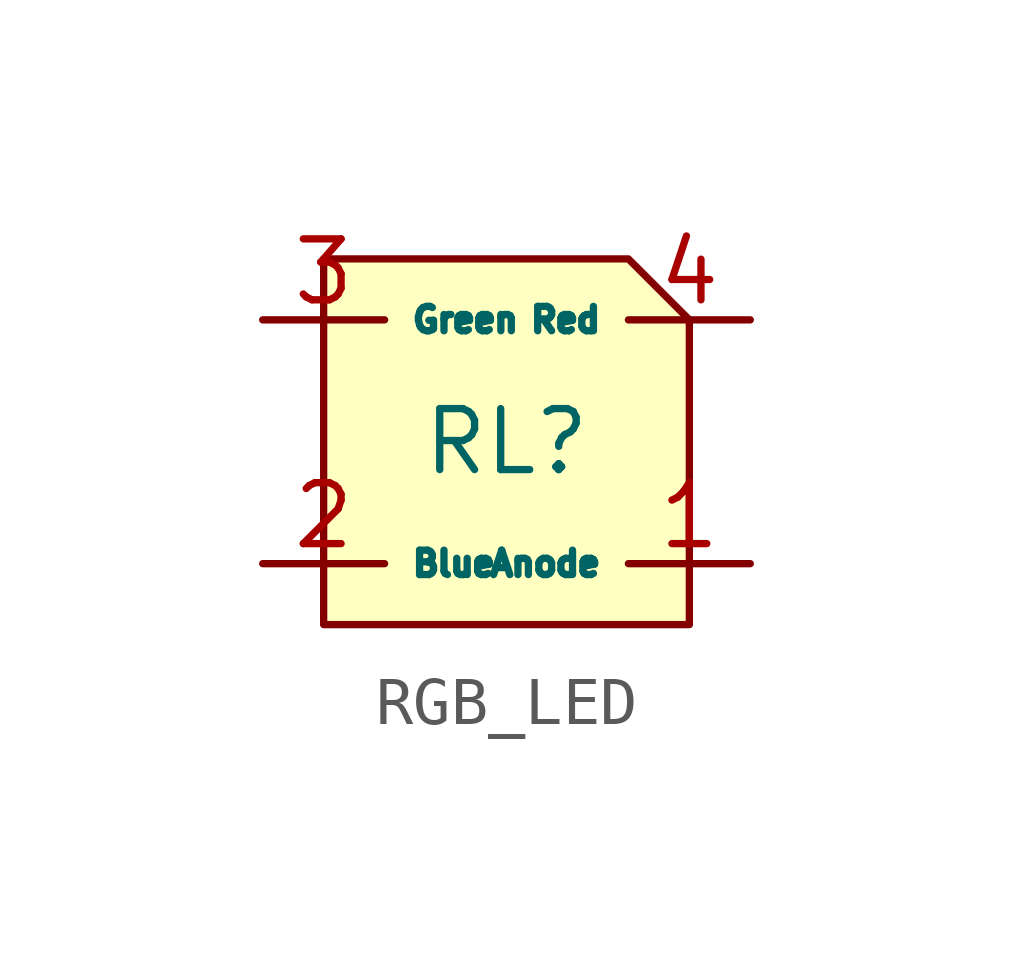
<source format=kicad_sym>
(kicad_symbol_lib
  (version 20231120)
  (generator "kicad_symbol_editor")
  (generator_version "8.0")
  (symbol "RGB_LED"
    (property "Reference" "RL"
      (at 0 0 0)
      (effects (font (size 1.27 1.27))))
    (property "Value" ""
      (at 0 0 0)
      (effects (font (size 1.27 1.27))))
    (symbol "RGB_LED_1_1"
      (polyline (pts (xy -3.81 3.81) (xy 2.54 3.81) (xy 3.81 2.54) (xy 3.81 -3.81) (xy -3.81 -3.81) (xy -3.81 3.81)) (stroke (width 0) (type default)) (fill (type background)))
      (pin input line (at 5.08 -2.54 180) (length 2.54) (name "Anode" (effects (font (size 0.508 0.508)))) (number "1" (effects (font (size 1.27 1.27)))))
      (pin output line (at -5.08 -2.54 0) (length 2.54) (name "Blue" (effects (font (size 0.508 0.508)))) (number "2" (effects (font (size 1.27 1.27)))))
      (pin output line (at -5.08 2.54 0) (length 2.54) (name "Green" (effects (font (size 0.508 0.508)))) (number "3" (effects (font (size 1.27 1.27)))))
      (pin output line (at 5.08 2.54 180) (length 2.54) (name "Red" (effects (font (size 0.508 0.508)))) (number "4" (effects (font (size 1.27 1.27))))))))
</source>
